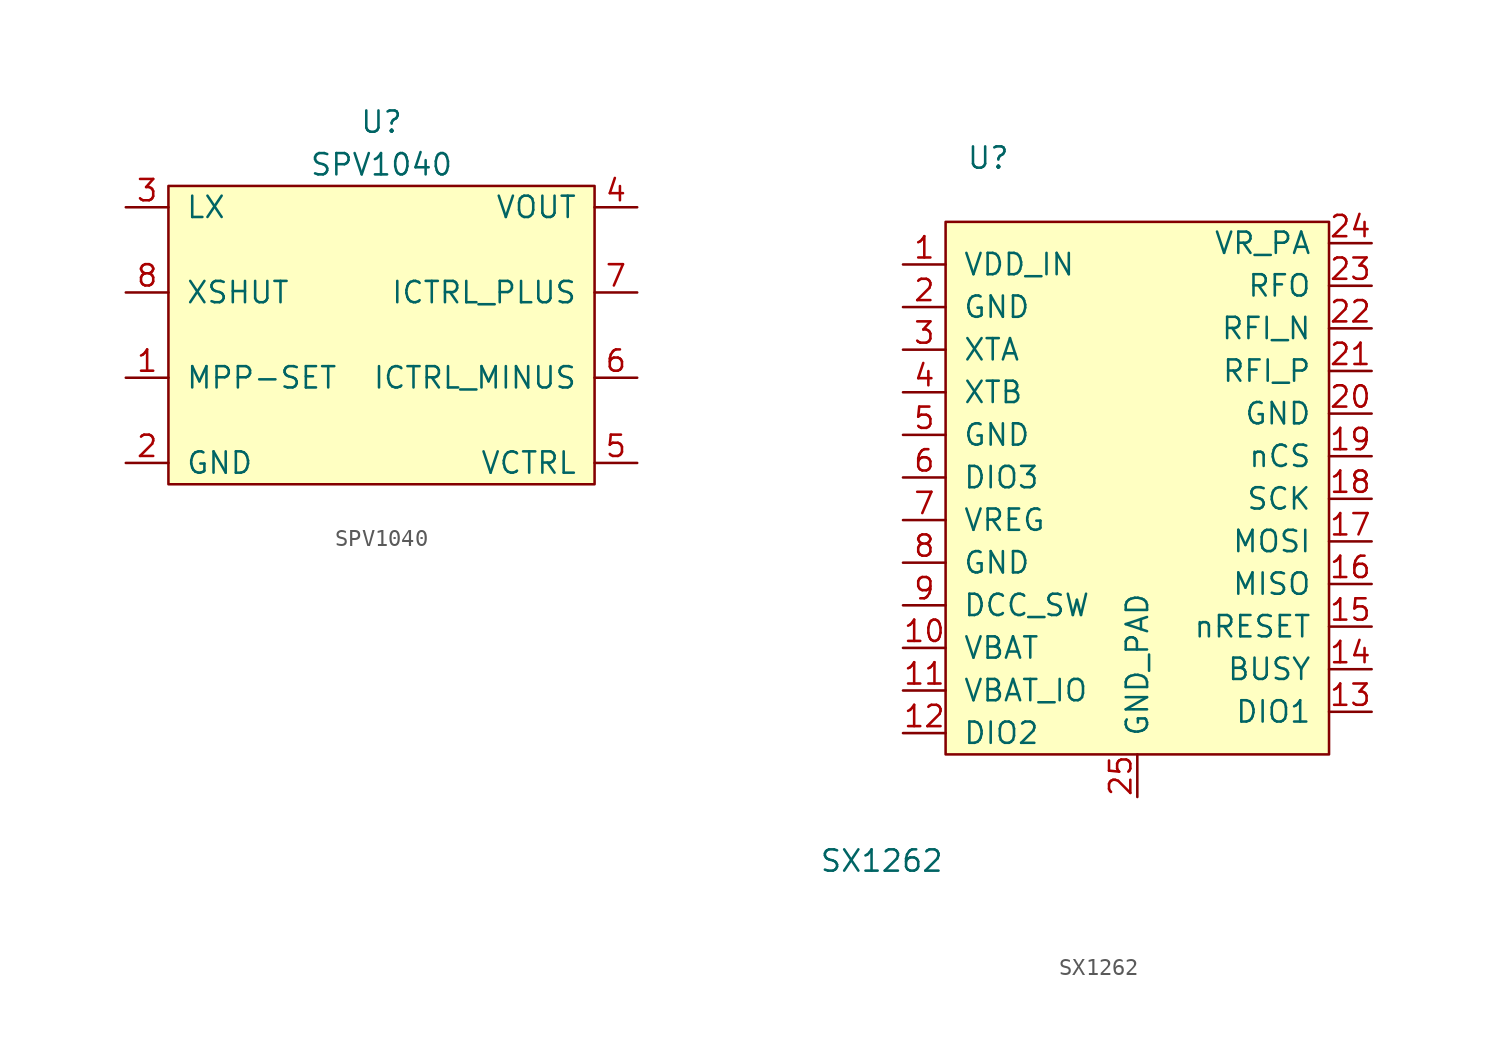
<source format=kicad_sym>
(kicad_symbol_lib
  (version 20211014)
  (generator kicad_symbol_editor)
  (symbol "SPV1040"
    (pin_names
      (offset 1.016))
    (property "Reference" "U"
      (at 0 10.16 0)
      (effects (font (size 1.27 1.27))))
    (property "Value" "SPV1040"
      (at 0 7.62 0)
      (effects (font (size 1.27 1.27))))
    (symbol "SPV1040_0_1"
      (rectangle (start 12.7 -11.43) (end -12.7 6.35) (stroke (width 0) (type default) (color 0 0 0 0)) (fill (type background))))
    (symbol "SPV1040_1_1"
      (pin input line (at -15.24 -5.08 0) (length 2.54) (name "MPP-SET" (effects (font (size 1.27 1.27)))) (number "1" (effects (font (size 1.27 1.27)))))
      (pin power_in line (at -15.24 -10.16 0) (length 2.54) (name "GND" (effects (font (size 1.27 1.27)))) (number "2" (effects (font (size 1.27 1.27)))))
      (pin power_in line (at -15.24 5.08 0) (length 2.54) (name "LX" (effects (font (size 1.27 1.27)))) (number "3" (effects (font (size 1.27 1.27)))))
      (pin power_out line (at 15.24 5.08 180) (length 2.54) (name "VOUT" (effects (font (size 1.27 1.27)))) (number "4" (effects (font (size 1.27 1.27)))))
      (pin input line (at 15.24 -10.16 180) (length 2.54) (name "VCTRL" (effects (font (size 1.27 1.27)))) (number "5" (effects (font (size 1.27 1.27)))))
      (pin input line (at 15.24 -5.08 180) (length 2.54) (name "ICTRL_MINUS" (effects (font (size 1.27 1.27)))) (number "6" (effects (font (size 1.27 1.27)))))
      (pin input line (at 15.24 0 180) (length 2.54) (name "ICTRL_PLUS" (effects (font (size 1.27 1.27)))) (number "7" (effects (font (size 1.27 1.27)))))
      (pin input line (at -15.24 0 0) (length 2.54) (name "XSHUT" (effects (font (size 1.27 1.27)))) (number "8" (effects (font (size 1.27 1.27)))))))
  (symbol "SX1262"
    (pin_names
      (offset 1.016))
    (property "Reference" "U"
      (at -8.89 19.05 0)
      (effects (font (size 1.27 1.27))))
    (property "Value" "SX1262"
      (at -15.24 -22.86 0)
      (effects (font (size 1.27 1.27))))
    (symbol "SX1262_0_1"
      (rectangle (start -11.43 -16.51) (end 11.43 15.24) (stroke (width 0) (type default) (color 0 0 0 0)) (fill (type background))))
    (symbol "SX1262_1_1"
      (pin power_in line (at -13.97 12.7 0) (length 2.54) (name "VDD_IN" (effects (font (size 1.27 1.27)))) (number "1" (effects (font (size 1.27 1.27)))))
      (pin power_in line (at -13.97 -10.16 0) (length 2.54) (name "VBAT" (effects (font (size 1.27 1.27)))) (number "10" (effects (font (size 1.27 1.27)))))
      (pin power_in line (at -13.97 -12.7 0) (length 2.54) (name "VBAT_IO" (effects (font (size 1.27 1.27)))) (number "11" (effects (font (size 1.27 1.27)))))
      (pin bidirectional line (at -13.97 -15.24 0) (length 2.54) (name "DIO2" (effects (font (size 1.27 1.27)))) (number "12" (effects (font (size 1.27 1.27)))))
      (pin bidirectional line (at 13.97 -13.97 180) (length 2.54) (name "DIO1" (effects (font (size 1.27 1.27)))) (number "13" (effects (font (size 1.27 1.27)))))
      (pin output line (at 13.97 -11.43 180) (length 2.54) (name "BUSY" (effects (font (size 1.27 1.27)))) (number "14" (effects (font (size 1.27 1.27)))))
      (pin input line (at 13.97 -8.89 180) (length 2.54) (name "nRESET" (effects (font (size 1.27 1.27)))) (number "15" (effects (font (size 1.27 1.27)))))
      (pin output line (at 13.97 -6.35 180) (length 2.54) (name "MISO" (effects (font (size 1.27 1.27)))) (number "16" (effects (font (size 1.27 1.27)))))
      (pin input line (at 13.97 -3.81 180) (length 2.54) (name "MOSI" (effects (font (size 1.27 1.27)))) (number "17" (effects (font (size 1.27 1.27)))))
      (pin input line (at 13.97 -1.27 180) (length 2.54) (name "SCK" (effects (font (size 1.27 1.27)))) (number "18" (effects (font (size 1.27 1.27)))))
      (pin input line (at 13.97 1.27 180) (length 2.54) (name "nCS" (effects (font (size 1.27 1.27)))) (number "19" (effects (font (size 1.27 1.27)))))
      (pin power_in line (at -13.97 10.16 0) (length 2.54) (name "GND" (effects (font (size 1.27 1.27)))) (number "2" (effects (font (size 1.27 1.27)))))
      (pin power_in line (at 13.97 3.81 180) (length 2.54) (name "GND" (effects (font (size 1.27 1.27)))) (number "20" (effects (font (size 1.27 1.27)))))
      (pin input line (at 13.97 6.35 180) (length 2.54) (name "RFI_P" (effects (font (size 1.27 1.27)))) (number "21" (effects (font (size 1.27 1.27)))))
      (pin input line (at 13.97 8.89 180) (length 2.54) (name "RFI_N" (effects (font (size 1.27 1.27)))) (number "22" (effects (font (size 1.27 1.27)))))
      (pin output line (at 13.97 11.43 180) (length 2.54) (name "RFO" (effects (font (size 1.27 1.27)))) (number "23" (effects (font (size 1.27 1.27)))))
      (pin output line (at 13.97 13.97 180) (length 2.54) (name "VR_PA" (effects (font (size 1.27 1.27)))) (number "24" (effects (font (size 1.27 1.27)))))
      (pin power_in line (at 0 -19.05 90) (length 2.54) (name "GND_PAD" (effects (font (size 1.27 1.27)))) (number "25" (effects (font (size 1.27 1.27)))))
      (pin input line (at -13.97 7.62 0) (length 2.54) (name "XTA" (effects (font (size 1.27 1.27)))) (number "3" (effects (font (size 1.27 1.27)))))
      (pin input line (at -13.97 5.08 0) (length 2.54) (name "XTB" (effects (font (size 1.27 1.27)))) (number "4" (effects (font (size 1.27 1.27)))))
      (pin power_in line (at -13.97 2.54 0) (length 2.54) (name "GND" (effects (font (size 1.27 1.27)))) (number "5" (effects (font (size 1.27 1.27)))))
      (pin bidirectional line (at -13.97 0 0) (length 2.54) (name "DIO3" (effects (font (size 1.27 1.27)))) (number "6" (effects (font (size 1.27 1.27)))))
      (pin power_in line (at -13.97 -2.54 0) (length 2.54) (name "VREG" (effects (font (size 1.27 1.27)))) (number "7" (effects (font (size 1.27 1.27)))))
      (pin power_in line (at -13.97 -5.08 0) (length 2.54) (name "GND" (effects (font (size 1.27 1.27)))) (number "8" (effects (font (size 1.27 1.27)))))
      (pin power_out line (at -13.97 -7.62 0) (length 2.54) (name "DCC_SW" (effects (font (size 1.27 1.27)))) (number "9" (effects (font (size 1.27 1.27))))))))
</source>
